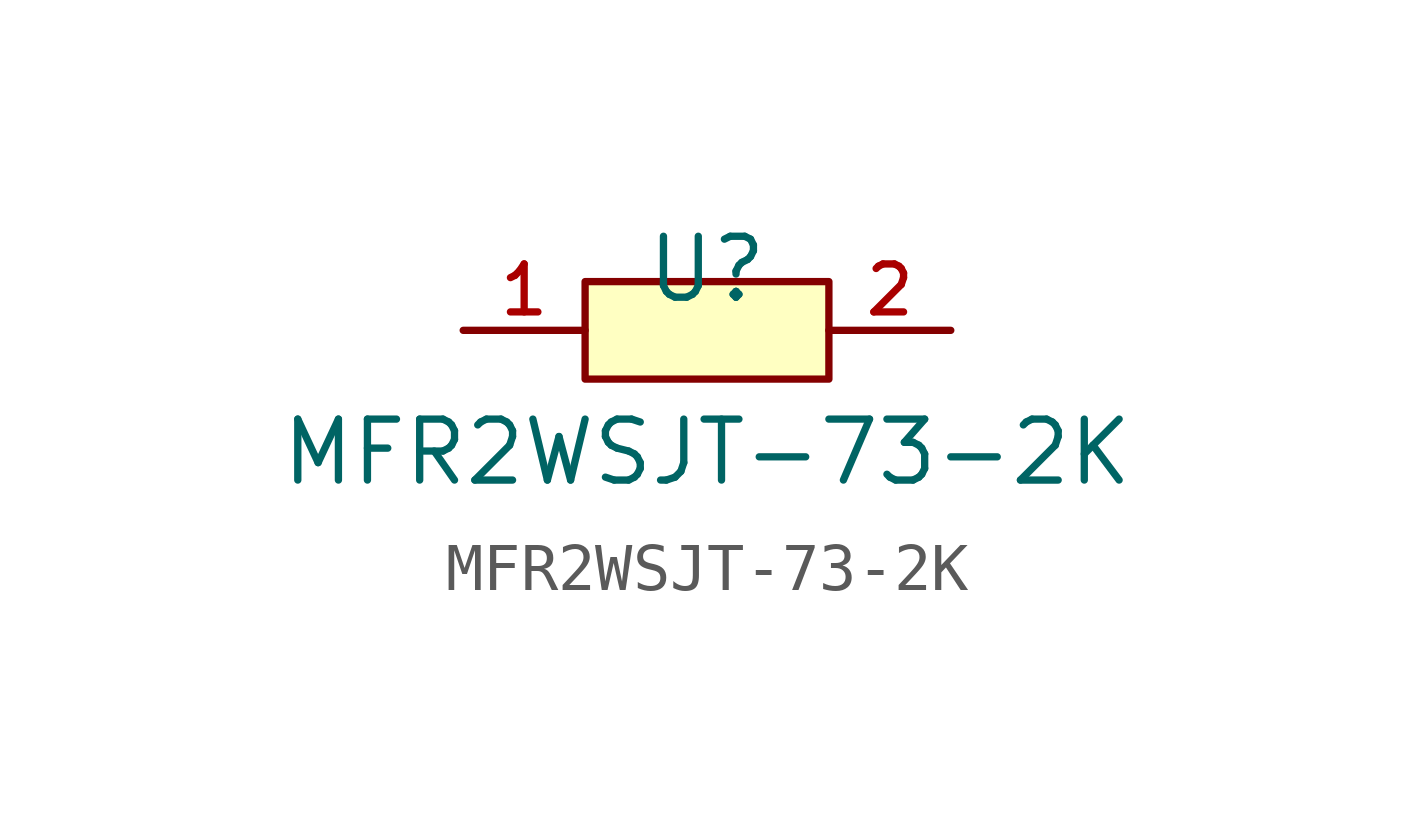
<source format=kicad_sym>
(kicad_symbol_lib
  (version 20210201)
  (generator TousstNicolas/JLC2KiCad_lib)
  (symbol "MFR2WSJT-73-2K"
    (pin_names hide)
    (property "Reference" "U"
      (at 0 1.27 0)
      (effects (font (size 1.27 1.27))))
    (property "Value" "MFR2WSJT-73-2K"
      (at 0 -2.54 0)
      (effects (font (size 1.27 1.27))))
    (symbol "MFR2WSJT-73-2K_0_1"
      (rectangle (start -2.54 1.016) (end 2.54 -1.016) (stroke (width 0) (type default) (color 0 0 0 0)) (fill (type background)))
      (pin unspecified line (at 5.08 -0.0 180) (length 2.54) (name "2" (effects (font (size 1 1)))) (number "2" (effects (font (size 1 1)))))
      (pin unspecified line (at -5.08 -0.0 0) (length 2.54) (name "1" (effects (font (size 1 1)))) (number "1" (effects (font (size 1 1))))))))
</source>
